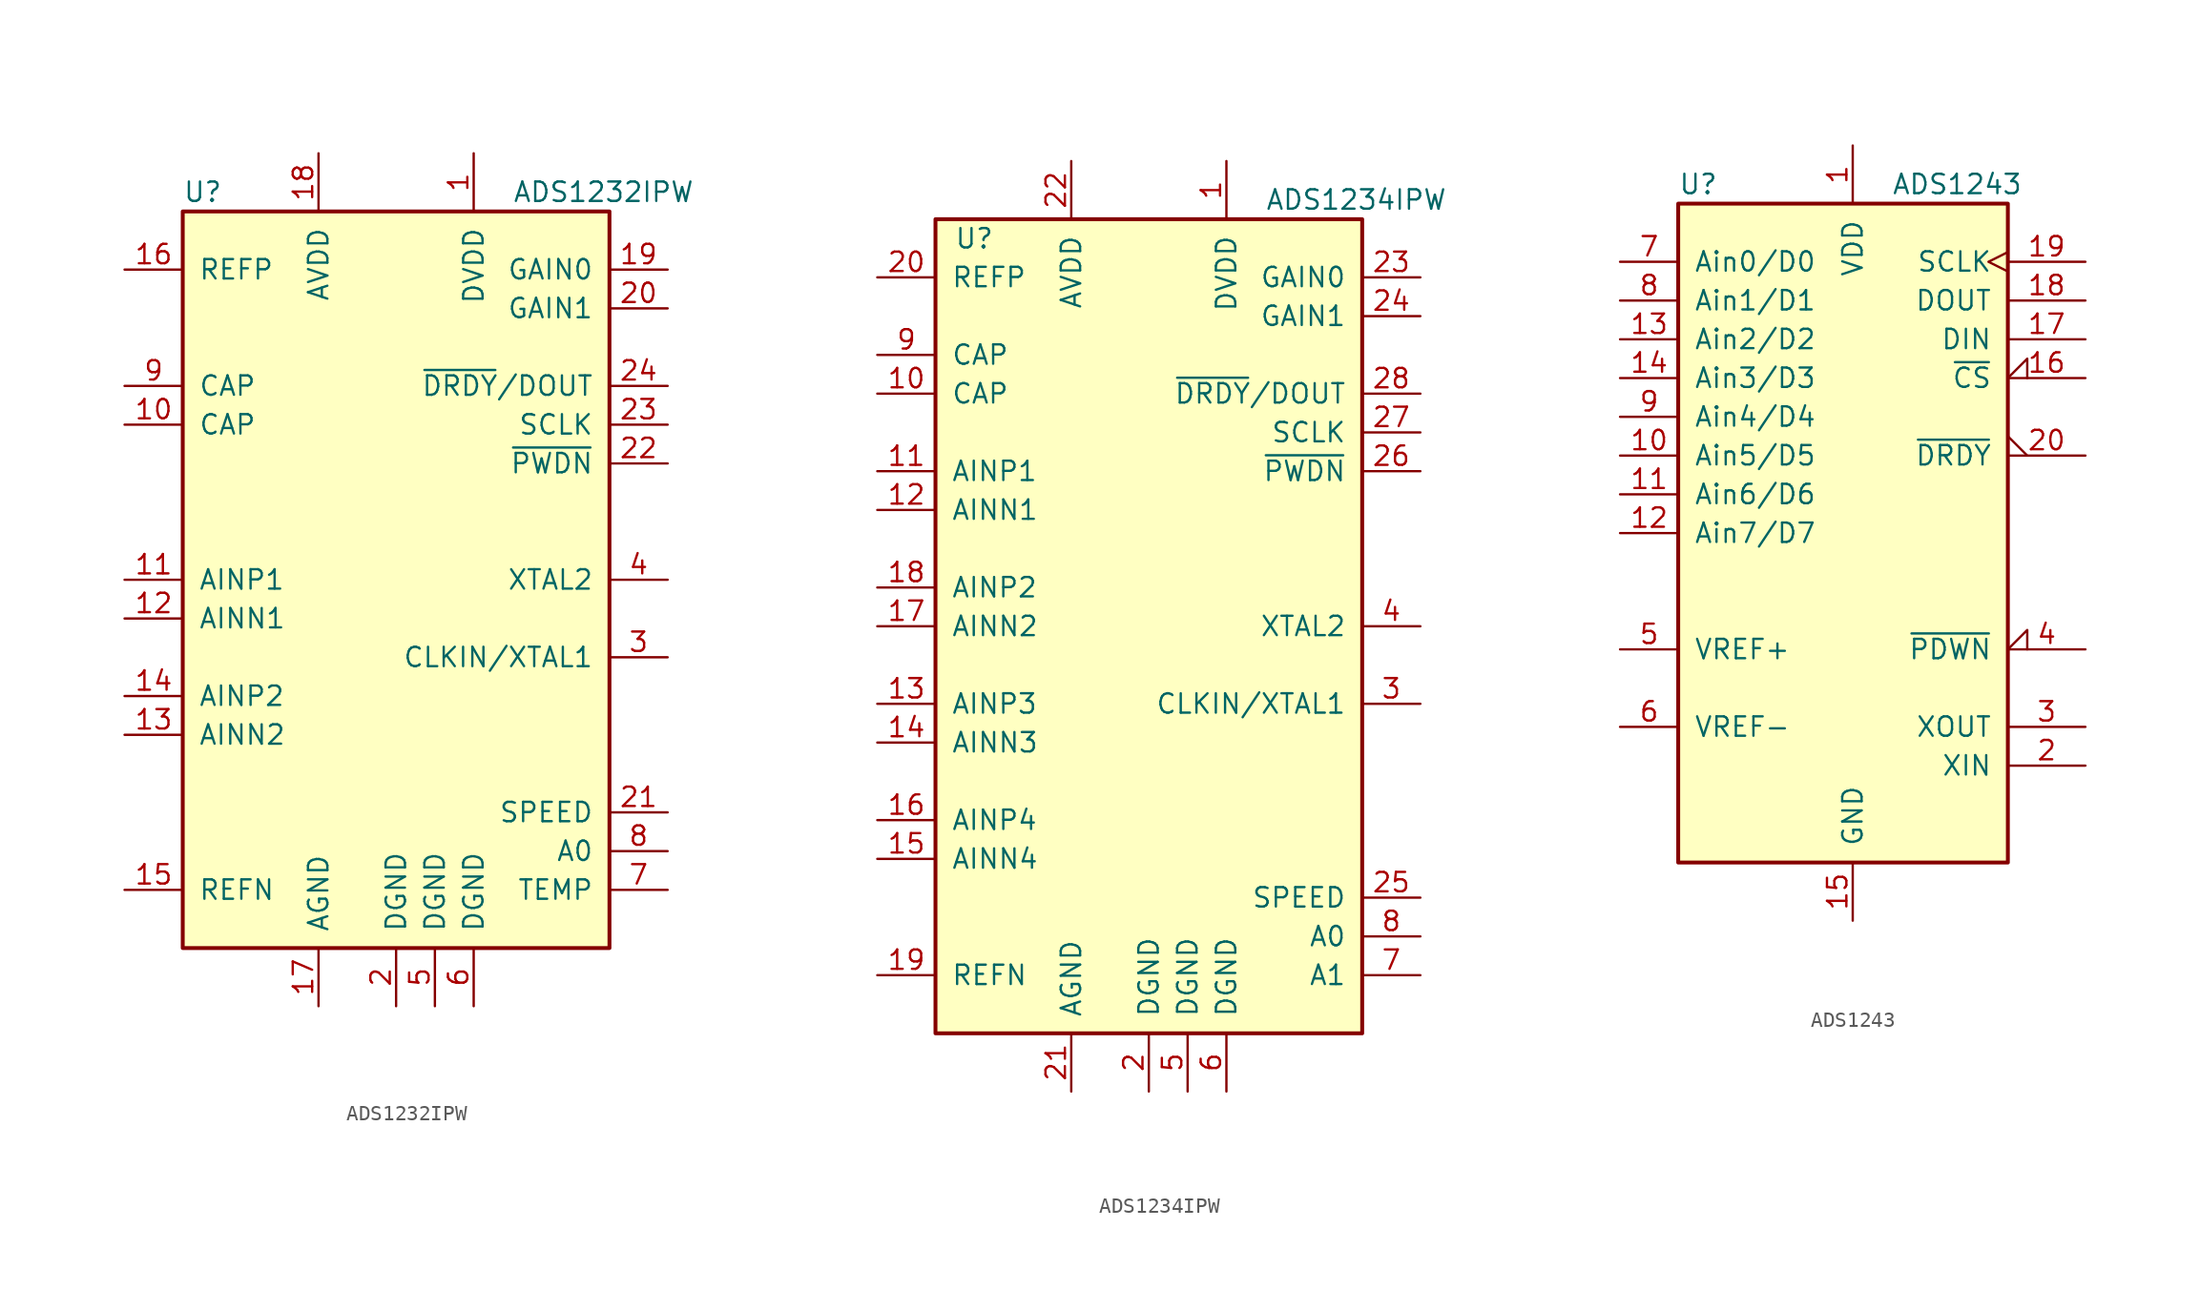
<source format=kicad_sym>
(kicad_symbol_lib
  (version 20201005)
  (generator kicad_symbol_editor)
  (symbol "Analog_ADC:ADS1232IPW"
    (pin_names
      (offset 1.016))
    (property "Reference" "U"
      (at -13.97 25.4 0)
      (effects (font (size 1.27 1.27)) (justify left)))
    (property "Value" "ADS1232IPW"
      (at 7.62 25.4 0)
      (effects (font (size 1.27 1.27)) (justify left)))
    (symbol "ADS1232IPW_0_1"
      (rectangle (start -13.97 24.13) (end 13.97 -24.13) (stroke (width 0.254)) (fill (type background))))
    (symbol "ADS1232IPW_1_1"
      (pin power_in line (at 5.08 27.94 270) (length 3.81) (name "DVDD" (effects (font (size 1.27 1.27)))) (number "1" (effects (font (size 1.27 1.27)))))
      (pin passive line (at -17.78 10.16 0) (length 3.81) (name "CAP" (effects (font (size 1.27 1.27)))) (number "10" (effects (font (size 1.27 1.27)))))
      (pin input line (at -17.78 0 0) (length 3.81) (name "AINP1" (effects (font (size 1.27 1.27)))) (number "11" (effects (font (size 1.27 1.27)))))
      (pin input line (at -17.78 -2.54 0) (length 3.81) (name "AINN1" (effects (font (size 1.27 1.27)))) (number "12" (effects (font (size 1.27 1.27)))))
      (pin input line (at -17.78 -10.16 0) (length 3.81) (name "AINN2" (effects (font (size 1.27 1.27)))) (number "13" (effects (font (size 1.27 1.27)))))
      (pin input line (at -17.78 -7.62 0) (length 3.81) (name "AINP2" (effects (font (size 1.27 1.27)))) (number "14" (effects (font (size 1.27 1.27)))))
      (pin input line (at -17.78 -20.32 0) (length 3.81) (name "REFN" (effects (font (size 1.27 1.27)))) (number "15" (effects (font (size 1.27 1.27)))))
      (pin input line (at -17.78 20.32 0) (length 3.81) (name "REFP" (effects (font (size 1.27 1.27)))) (number "16" (effects (font (size 1.27 1.27)))))
      (pin power_in line (at -5.08 -27.94 90) (length 3.81) (name "AGND" (effects (font (size 1.27 1.27)))) (number "17" (effects (font (size 1.27 1.27)))))
      (pin power_in line (at -5.08 27.94 270) (length 3.81) (name "AVDD" (effects (font (size 1.27 1.27)))) (number "18" (effects (font (size 1.27 1.27)))))
      (pin input line (at 17.78 20.32 180) (length 3.81) (name "GAIN0" (effects (font (size 1.27 1.27)))) (number "19" (effects (font (size 1.27 1.27)))))
      (pin power_in line (at 0 -27.94 90) (length 3.81) (name "DGND" (effects (font (size 1.27 1.27)))) (number "2" (effects (font (size 1.27 1.27)))))
      (pin input line (at 17.78 17.78 180) (length 3.81) (name "GAIN1" (effects (font (size 1.27 1.27)))) (number "20" (effects (font (size 1.27 1.27)))))
      (pin input line (at 17.78 -15.24 180) (length 3.81) (name "SPEED" (effects (font (size 1.27 1.27)))) (number "21" (effects (font (size 1.27 1.27)))))
      (pin input line (at 17.78 7.62 180) (length 3.81) (name "~PWDN~" (effects (font (size 1.27 1.27)))) (number "22" (effects (font (size 1.27 1.27)))))
      (pin input line (at 17.78 10.16 180) (length 3.81) (name "SCLK" (effects (font (size 1.27 1.27)))) (number "23" (effects (font (size 1.27 1.27)))))
      (pin output line (at 17.78 12.7 180) (length 3.81) (name "~DRDY~/DOUT" (effects (font (size 1.27 1.27)))) (number "24" (effects (font (size 1.27 1.27)))))
      (pin bidirectional line (at 17.78 -5.08 180) (length 3.81) (name "CLKIN/XTAL1" (effects (font (size 1.27 1.27)))) (number "3" (effects (font (size 1.27 1.27)))))
      (pin bidirectional line (at 17.78 0 180) (length 3.81) (name "XTAL2" (effects (font (size 1.27 1.27)))) (number "4" (effects (font (size 1.27 1.27)))))
      (pin power_in line (at 2.54 -27.94 90) (length 3.81) (name "DGND" (effects (font (size 1.27 1.27)))) (number "5" (effects (font (size 1.27 1.27)))))
      (pin power_in line (at 5.08 -27.94 90) (length 3.81) (name "DGND" (effects (font (size 1.27 1.27)))) (number "6" (effects (font (size 1.27 1.27)))))
      (pin input line (at 17.78 -20.32 180) (length 3.81) (name "TEMP" (effects (font (size 1.27 1.27)))) (number "7" (effects (font (size 1.27 1.27)))))
      (pin input line (at 17.78 -17.78 180) (length 3.81) (name "A0" (effects (font (size 1.27 1.27)))) (number "8" (effects (font (size 1.27 1.27)))))
      (pin passive line (at -17.78 12.7 0) (length 3.81) (name "CAP" (effects (font (size 1.27 1.27)))) (number "9" (effects (font (size 1.27 1.27)))))))
  (symbol "Analog_ADC:ADS1234IPW"
    (pin_names
      (offset 1.016))
    (property "Reference" "U"
      (at -11.43 25.4 0)
      (effects (font (size 1.27 1.27))))
    (property "Value" "ADS1234IPW"
      (at 7.62 27.94 0)
      (effects (font (size 1.27 1.27)) (justify left)))
    (symbol "ADS1234IPW_0_1"
      (rectangle (start -13.97 26.67) (end 13.97 -26.67) (stroke (width 0.254)) (fill (type background))))
    (symbol "ADS1234IPW_1_1"
      (pin power_in line (at 5.08 30.48 270) (length 3.81) (name "DVDD" (effects (font (size 1.27 1.27)))) (number "1" (effects (font (size 1.27 1.27)))))
      (pin passive line (at -17.78 15.24 0) (length 3.81) (name "CAP" (effects (font (size 1.27 1.27)))) (number "10" (effects (font (size 1.27 1.27)))))
      (pin input line (at -17.78 10.16 0) (length 3.81) (name "AINP1" (effects (font (size 1.27 1.27)))) (number "11" (effects (font (size 1.27 1.27)))))
      (pin input line (at -17.78 7.62 0) (length 3.81) (name "AINN1" (effects (font (size 1.27 1.27)))) (number "12" (effects (font (size 1.27 1.27)))))
      (pin input line (at -17.78 -5.08 0) (length 3.81) (name "AINP3" (effects (font (size 1.27 1.27)))) (number "13" (effects (font (size 1.27 1.27)))))
      (pin input line (at -17.78 -7.62 0) (length 3.81) (name "AINN3" (effects (font (size 1.27 1.27)))) (number "14" (effects (font (size 1.27 1.27)))))
      (pin input line (at -17.78 -15.24 0) (length 3.81) (name "AINN4" (effects (font (size 1.27 1.27)))) (number "15" (effects (font (size 1.27 1.27)))))
      (pin input line (at -17.78 -12.7 0) (length 3.81) (name "AINP4" (effects (font (size 1.27 1.27)))) (number "16" (effects (font (size 1.27 1.27)))))
      (pin input line (at -17.78 0 0) (length 3.81) (name "AINN2" (effects (font (size 1.27 1.27)))) (number "17" (effects (font (size 1.27 1.27)))))
      (pin input line (at -17.78 2.54 0) (length 3.81) (name "AINP2" (effects (font (size 1.27 1.27)))) (number "18" (effects (font (size 1.27 1.27)))))
      (pin input line (at -17.78 -22.86 0) (length 3.81) (name "REFN" (effects (font (size 1.27 1.27)))) (number "19" (effects (font (size 1.27 1.27)))))
      (pin power_in line (at 0 -30.48 90) (length 3.81) (name "DGND" (effects (font (size 1.27 1.27)))) (number "2" (effects (font (size 1.27 1.27)))))
      (pin input line (at -17.78 22.86 0) (length 3.81) (name "REFP" (effects (font (size 1.27 1.27)))) (number "20" (effects (font (size 1.27 1.27)))))
      (pin power_in line (at -5.08 -30.48 90) (length 3.81) (name "AGND" (effects (font (size 1.27 1.27)))) (number "21" (effects (font (size 1.27 1.27)))))
      (pin power_in line (at -5.08 30.48 270) (length 3.81) (name "AVDD" (effects (font (size 1.27 1.27)))) (number "22" (effects (font (size 1.27 1.27)))))
      (pin input line (at 17.78 22.86 180) (length 3.81) (name "GAIN0" (effects (font (size 1.27 1.27)))) (number "23" (effects (font (size 1.27 1.27)))))
      (pin input line (at 17.78 20.32 180) (length 3.81) (name "GAIN1" (effects (font (size 1.27 1.27)))) (number "24" (effects (font (size 1.27 1.27)))))
      (pin input line (at 17.78 -17.78 180) (length 3.81) (name "SPEED" (effects (font (size 1.27 1.27)))) (number "25" (effects (font (size 1.27 1.27)))))
      (pin input line (at 17.78 10.16 180) (length 3.81) (name "~PWDN~" (effects (font (size 1.27 1.27)))) (number "26" (effects (font (size 1.27 1.27)))))
      (pin input line (at 17.78 12.7 180) (length 3.81) (name "SCLK" (effects (font (size 1.27 1.27)))) (number "27" (effects (font (size 1.27 1.27)))))
      (pin output line (at 17.78 15.24 180) (length 3.81) (name "~DRDY~/DOUT" (effects (font (size 1.27 1.27)))) (number "28" (effects (font (size 1.27 1.27)))))
      (pin bidirectional line (at 17.78 -5.08 180) (length 3.81) (name "CLKIN/XTAL1" (effects (font (size 1.27 1.27)))) (number "3" (effects (font (size 1.27 1.27)))))
      (pin bidirectional line (at 17.78 0 180) (length 3.81) (name "XTAL2" (effects (font (size 1.27 1.27)))) (number "4" (effects (font (size 1.27 1.27)))))
      (pin power_in line (at 2.54 -30.48 90) (length 3.81) (name "DGND" (effects (font (size 1.27 1.27)))) (number "5" (effects (font (size 1.27 1.27)))))
      (pin power_in line (at 5.08 -30.48 90) (length 3.81) (name "DGND" (effects (font (size 1.27 1.27)))) (number "6" (effects (font (size 1.27 1.27)))))
      (pin input line (at 17.78 -22.86 180) (length 3.81) (name "A1" (effects (font (size 1.27 1.27)))) (number "7" (effects (font (size 1.27 1.27)))))
      (pin input line (at 17.78 -20.32 180) (length 3.81) (name "A0" (effects (font (size 1.27 1.27)))) (number "8" (effects (font (size 1.27 1.27)))))
      (pin passive line (at -17.78 17.78 0) (length 3.81) (name "CAP" (effects (font (size 1.27 1.27)))) (number "9" (effects (font (size 1.27 1.27)))))))
  (symbol "Analog_ADC:ADS1243"
    (pin_names
      (offset 1.016))
    (property "Reference" "U"
      (at -11.43 22.86 0)
      (effects (font (size 1.27 1.27)) (justify left)))
    (property "Value" "ADS1243"
      (at 2.54 22.86 0)
      (effects (font (size 1.27 1.27)) (justify left)))
    (symbol "ADS1243_0_1"
      (rectangle (start -11.43 21.59) (end 10.16 -21.59) (stroke (width 0.254)) (fill (type background))))
    (symbol "ADS1243_1_1"
      (pin power_in line (at 0 25.4 270) (length 3.81) (name "VDD" (effects (font (size 1.27 1.27)))) (number "1" (effects (font (size 1.27 1.27)))))
      (pin input line (at -15.24 5.08 0) (length 3.81) (name "Ain5/D5" (effects (font (size 1.27 1.27)))) (number "10" (effects (font (size 1.27 1.27)))))
      (pin input line (at -15.24 2.54 0) (length 3.81) (name "Ain6/D6" (effects (font (size 1.27 1.27)))) (number "11" (effects (font (size 1.27 1.27)))))
      (pin input line (at -15.24 0 0) (length 3.81) (name "Ain7/D7" (effects (font (size 1.27 1.27)))) (number "12" (effects (font (size 1.27 1.27)))))
      (pin input line (at -15.24 12.7 0) (length 3.81) (name "Ain2/D2" (effects (font (size 1.27 1.27)))) (number "13" (effects (font (size 1.27 1.27)))))
      (pin input line (at -15.24 10.16 0) (length 3.81) (name "Ain3/D3" (effects (font (size 1.27 1.27)))) (number "14" (effects (font (size 1.27 1.27)))))
      (pin power_in line (at 0 -25.4 90) (length 3.81) (name "GND" (effects (font (size 1.27 1.27)))) (number "15" (effects (font (size 1.27 1.27)))))
      (pin input input_low (at 15.24 10.16 180) (length 5.08) (name "~CS~" (effects (font (size 1.27 1.27)))) (number "16" (effects (font (size 1.27 1.27)))))
      (pin input line (at 15.24 12.7 180) (length 5.08) (name "DIN" (effects (font (size 1.27 1.27)))) (number "17" (effects (font (size 1.27 1.27)))))
      (pin output line (at 15.24 15.24 180) (length 5.08) (name "DOUT" (effects (font (size 1.27 1.27)))) (number "18" (effects (font (size 1.27 1.27)))))
      (pin input clock (at 15.24 17.78 180) (length 5.08) (name "SCLK" (effects (font (size 1.27 1.27)))) (number "19" (effects (font (size 1.27 1.27)))))
      (pin input line (at 15.24 -15.24 180) (length 5.08) (name "XIN" (effects (font (size 1.27 1.27)))) (number "2" (effects (font (size 1.27 1.27)))))
      (pin open_collector output_low (at 15.24 5.08 180) (length 5.08) (name "~DRDY~" (effects (font (size 1.27 1.27)))) (number "20" (effects (font (size 1.27 1.27)))))
      (pin output line (at 15.24 -12.7 180) (length 5.08) (name "XOUT" (effects (font (size 1.27 1.27)))) (number "3" (effects (font (size 1.27 1.27)))))
      (pin input input_low (at 15.24 -7.62 180) (length 5.08) (name "~PDWN~" (effects (font (size 1.27 1.27)))) (number "4" (effects (font (size 1.27 1.27)))))
      (pin input line (at -15.24 -7.62 0) (length 3.81) (name "VREF+" (effects (font (size 1.27 1.27)))) (number "5" (effects (font (size 1.27 1.27)))))
      (pin input line (at -15.24 -12.7 0) (length 3.81) (name "VREF-" (effects (font (size 1.27 1.27)))) (number "6" (effects (font (size 1.27 1.27)))))
      (pin input line (at -15.24 17.78 0) (length 3.81) (name "Ain0/D0" (effects (font (size 1.27 1.27)))) (number "7" (effects (font (size 1.27 1.27)))))
      (pin input line (at -15.24 15.24 0) (length 3.81) (name "Ain1/D1" (effects (font (size 1.27 1.27)))) (number "8" (effects (font (size 1.27 1.27)))))
      (pin input line (at -15.24 7.62 0) (length 3.81) (name "Ain4/D4" (effects (font (size 1.27 1.27)))) (number "9" (effects (font (size 1.27 1.27))))))))
</source>
